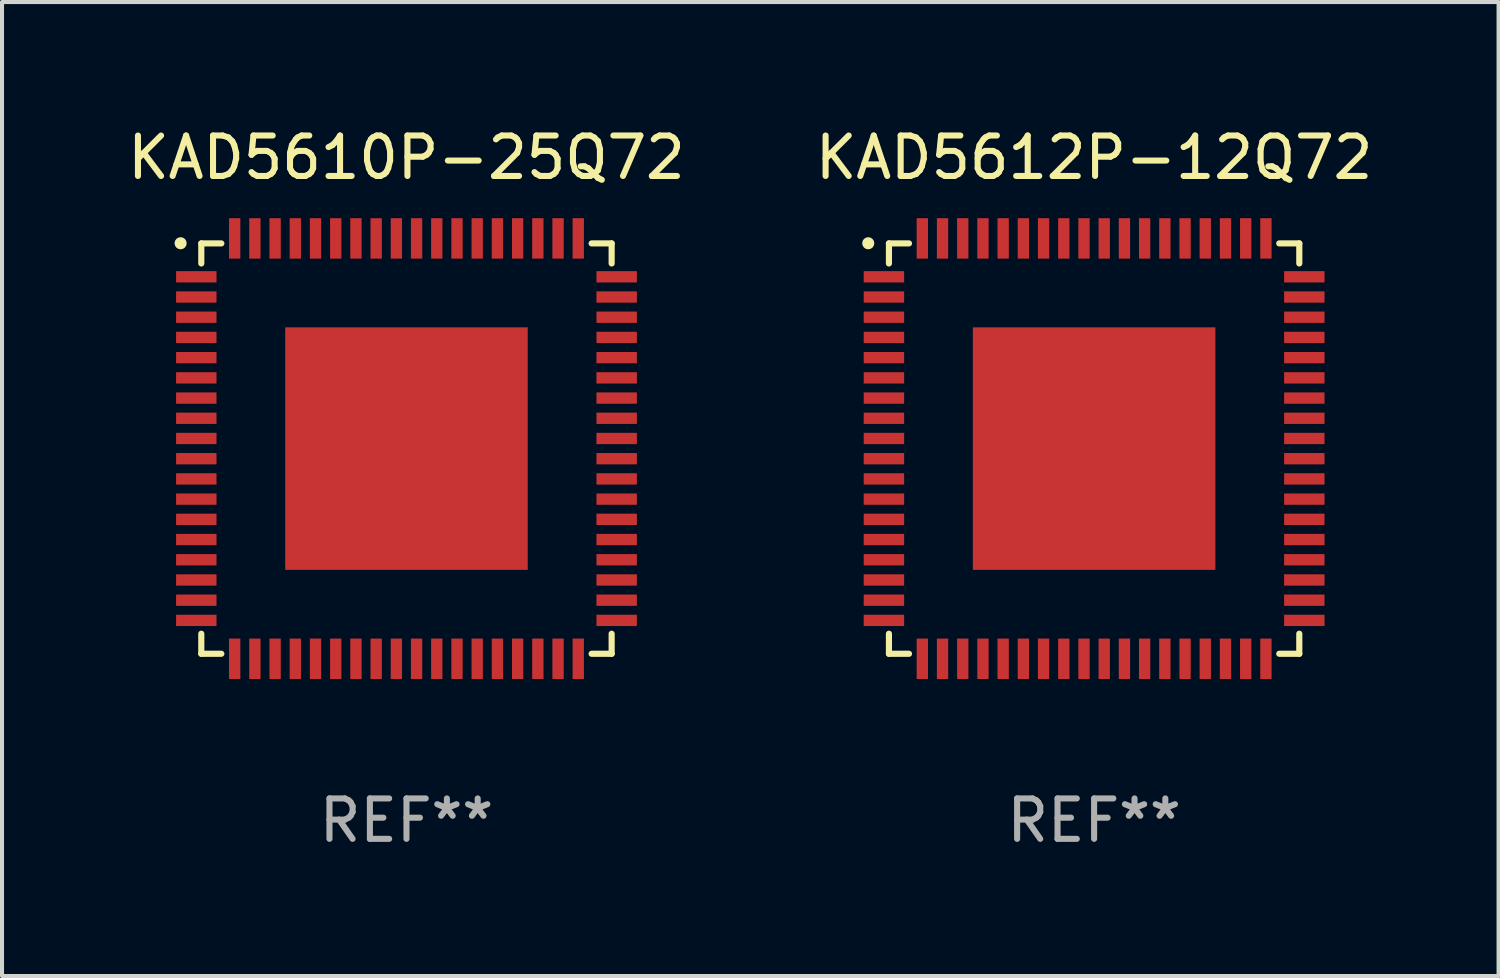
<source format=kicad_pcb>
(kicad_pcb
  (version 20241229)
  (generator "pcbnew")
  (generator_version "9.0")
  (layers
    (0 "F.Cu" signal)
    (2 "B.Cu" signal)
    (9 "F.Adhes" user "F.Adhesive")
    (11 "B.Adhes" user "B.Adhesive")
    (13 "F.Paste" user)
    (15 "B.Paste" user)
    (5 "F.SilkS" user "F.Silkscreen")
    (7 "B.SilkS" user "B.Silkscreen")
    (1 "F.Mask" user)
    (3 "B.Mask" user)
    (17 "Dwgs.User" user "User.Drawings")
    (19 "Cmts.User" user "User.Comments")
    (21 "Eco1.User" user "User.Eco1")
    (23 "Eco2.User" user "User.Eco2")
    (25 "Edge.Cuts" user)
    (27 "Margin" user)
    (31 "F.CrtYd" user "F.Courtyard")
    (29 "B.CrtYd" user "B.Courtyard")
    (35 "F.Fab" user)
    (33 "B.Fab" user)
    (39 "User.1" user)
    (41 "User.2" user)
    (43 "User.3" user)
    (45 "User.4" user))
  (footprint "KAD5610P-25Q72"
    (layer "F.Cu")
    (at 7.006 8.048)
    (property "Reference" "KAD5610P-25Q72" (at 0 -7.2 0) (layer "F.SilkS") (effects (font (size 1 1) (thickness 0.15))))
    (attr through_hole)
    (fp_line (start -5.076 -5.076) (end -5.076 -4.58) (stroke (width 0.152) (type solid)) (layer "F.SilkS"))
    (fp_line (start -5.076 5.076) (end -5.076 4.58) (stroke (width 0.152) (type solid)) (layer "F.SilkS"))
    (fp_line (start -4.58 -5.076) (end -5.076 -5.076) (stroke (width 0.152) (type solid)) (layer "F.SilkS"))
    (fp_line (start -4.58 5.076) (end -5.076 5.076) (stroke (width 0.152) (type solid)) (layer "F.SilkS"))
    (fp_line (start 4.58 -5.076) (end 5.076 -5.076) (stroke (width 0.152) (type solid)) (layer "F.SilkS"))
    (fp_line (start 4.58 5.076) (end 5.076 5.076) (stroke (width 0.152) (type solid)) (layer "F.SilkS"))
    (fp_line (start 5.076 -5.076) (end 5.076 -4.58) (stroke (width 0.152) (type solid)) (layer "F.SilkS"))
    (fp_line (start 5.076 5.076) (end 5.076 4.58) (stroke (width 0.152) (type solid)) (layer "F.SilkS"))
    (fp_circle (center -5.588 -5.08) (end -5.513 -5.08) (stroke (width 0.15) (type solid)) (fill no) (layer "F.SilkS"))
    (fp_text user "REF**" (at 0 9.2 0) (layer "F.Fab") (effects (font (size 1 1) (thickness 0.15))))
    (pad "1" smd rect (at -5.2 -4.25 270) (size 0.28 1) (layers "F.Cu" "F.Mask" "F.Paste"))
    (pad "2" smd rect (at -5.2 -3.75 270) (size 0.28 1) (layers "F.Cu" "F.Mask" "F.Paste"))
    (pad "3" smd rect (at -5.2 -3.25 270) (size 0.28 1) (layers "F.Cu" "F.Mask" "F.Paste"))
    (pad "4" smd rect (at -5.2 -2.75 270) (size 0.28 1) (layers "F.Cu" "F.Mask" "F.Paste"))
    (pad "5" smd rect (at -5.2 -2.25 270) (size 0.28 1) (layers "F.Cu" "F.Mask" "F.Paste"))
    (pad "6" smd rect (at -5.2 -1.75 270) (size 0.28 1) (layers "F.Cu" "F.Mask" "F.Paste"))
    (pad "7" smd rect (at -5.2 -1.25 270) (size 0.28 1) (layers "F.Cu" "F.Mask" "F.Paste"))
    (pad "8" smd rect (at -5.2 -0.75 270) (size 0.28 1) (layers "F.Cu" "F.Mask" "F.Paste"))
    (pad "9" smd rect (at -5.2 -0.25 270) (size 0.28 1) (layers "F.Cu" "F.Mask" "F.Paste"))
    (pad "10" smd rect (at -5.2 0.25 270) (size 0.28 1) (layers "F.Cu" "F.Mask" "F.Paste"))
    (pad "11" smd rect (at -5.2 0.75 270) (size 0.28 1) (layers "F.Cu" "F.Mask" "F.Paste"))
    (pad "12" smd rect (at -5.2 1.25 270) (size 0.28 1) (layers "F.Cu" "F.Mask" "F.Paste"))
    (pad "13" smd rect (at -5.2 1.75 270) (size 0.28 1) (layers "F.Cu" "F.Mask" "F.Paste"))
    (pad "14" smd rect (at -5.2 2.25 270) (size 0.28 1) (layers "F.Cu" "F.Mask" "F.Paste"))
    (pad "15" smd rect (at -5.2 2.75 270) (size 0.28 1) (layers "F.Cu" "F.Mask" "F.Paste"))
    (pad "16" smd rect (at -5.2 3.25 270) (size 0.28 1) (layers "F.Cu" "F.Mask" "F.Paste"))
    (pad "17" smd rect (at -5.2 3.75 270) (size 0.28 1) (layers "F.Cu" "F.Mask" "F.Paste"))
    (pad "18" smd rect (at -5.2 4.25 270) (size 0.28 1) (layers "F.Cu" "F.Mask" "F.Paste"))
    (pad "19" smd rect (at -4.25 5.2 270) (size 1 0.28) (layers "F.Cu" "F.Mask" "F.Paste"))
    (pad "20" smd rect (at -3.75 5.2 270) (size 1 0.28) (layers "F.Cu" "F.Mask" "F.Paste"))
    (pad "21" smd rect (at -3.25 5.2 270) (size 1 0.28) (layers "F.Cu" "F.Mask" "F.Paste"))
    (pad "22" smd rect (at -2.75 5.2 270) (size 1 0.28) (layers "F.Cu" "F.Mask" "F.Paste"))
    (pad "23" smd rect (at -2.25 5.2 270) (size 1 0.28) (layers "F.Cu" "F.Mask" "F.Paste"))
    (pad "24" smd rect (at -1.75 5.2 270) (size 1 0.28) (layers "F.Cu" "F.Mask" "F.Paste"))
    (pad "25" smd rect (at -1.25 5.2 270) (size 1 0.28) (layers "F.Cu" "F.Mask" "F.Paste"))
    (pad "26" smd rect (at -0.75 5.2 270) (size 1 0.28) (layers "F.Cu" "F.Mask" "F.Paste"))
    (pad "27" smd rect (at -0.25 5.2 270) (size 1 0.28) (layers "F.Cu" "F.Mask" "F.Paste"))
    (pad "28" smd rect (at 0.25 5.2 270) (size 1 0.28) (layers "F.Cu" "F.Mask" "F.Paste"))
    (pad "29" smd rect (at 0.75 5.2 270) (size 1 0.28) (layers "F.Cu" "F.Mask" "F.Paste"))
    (pad "30" smd rect (at 1.25 5.2 270) (size 1 0.28) (layers "F.Cu" "F.Mask" "F.Paste"))
    (pad "31" smd rect (at 1.75 5.2 270) (size 1 0.28) (layers "F.Cu" "F.Mask" "F.Paste"))
    (pad "32" smd rect (at 2.25 5.2 270) (size 1 0.28) (layers "F.Cu" "F.Mask" "F.Paste"))
    (pad "33" smd rect (at 2.75 5.2 270) (size 1 0.28) (layers "F.Cu" "F.Mask" "F.Paste"))
    (pad "34" smd rect (at 3.25 5.2 270) (size 1 0.28) (layers "F.Cu" "F.Mask" "F.Paste"))
    (pad "35" smd rect (at 3.75 5.2 270) (size 1 0.28) (layers "F.Cu" "F.Mask" "F.Paste"))
    (pad "36" smd rect (at 4.25 5.2 270) (size 1 0.28) (layers "F.Cu" "F.Mask" "F.Paste"))
    (pad "37" smd rect (at 5.2 4.25 270) (size 0.28 1) (layers "F.Cu" "F.Mask" "F.Paste"))
    (pad "38" smd rect (at 5.2 3.75 270) (size 0.28 1) (layers "F.Cu" "F.Mask" "F.Paste"))
    (pad "39" smd rect (at 5.2 3.25 270) (size 0.28 1) (layers "F.Cu" "F.Mask" "F.Paste"))
    (pad "40" smd rect (at 5.2 2.75 270) (size 0.28 1) (layers "F.Cu" "F.Mask" "F.Paste"))
    (pad "41" smd rect (at 5.2 2.25 270) (size 0.28 1) (layers "F.Cu" "F.Mask" "F.Paste"))
    (pad "42" smd rect (at 5.2 1.75 270) (size 0.28 1) (layers "F.Cu" "F.Mask" "F.Paste"))
    (pad "43" smd rect (at 5.2 1.25 270) (size 0.28 1) (layers "F.Cu" "F.Mask" "F.Paste"))
    (pad "44" smd rect (at 5.2 0.75 270) (size 0.28 1) (layers "F.Cu" "F.Mask" "F.Paste"))
    (pad "45" smd rect (at 5.2 0.25 270) (size 0.28 1) (layers "F.Cu" "F.Mask" "F.Paste"))
    (pad "46" smd rect (at 5.2 -0.25 270) (size 0.28 1) (layers "F.Cu" "F.Mask" "F.Paste"))
    (pad "47" smd rect (at 5.2 -0.75 270) (size 0.28 1) (layers "F.Cu" "F.Mask" "F.Paste"))
    (pad "48" smd rect (at 5.2 -1.25 270) (size 0.28 1) (layers "F.Cu" "F.Mask" "F.Paste"))
    (pad "49" smd rect (at 5.2 -1.75 270) (size 0.28 1) (layers "F.Cu" "F.Mask" "F.Paste"))
    (pad "50" smd rect (at 5.2 -2.25 270) (size 0.28 1) (layers "F.Cu" "F.Mask" "F.Paste"))
    (pad "51" smd rect (at 5.2 -2.75 270) (size 0.28 1) (layers "F.Cu" "F.Mask" "F.Paste"))
    (pad "52" smd rect (at 5.2 -3.25 270) (size 0.28 1) (layers "F.Cu" "F.Mask" "F.Paste"))
    (pad "53" smd rect (at 5.2 -3.75 270) (size 0.28 1) (layers "F.Cu" "F.Mask" "F.Paste"))
    (pad "54" smd rect (at 5.2 -4.25 270) (size 0.28 1) (layers "F.Cu" "F.Mask" "F.Paste"))
    (pad "55" smd rect (at 4.25 -5.2 270) (size 1 0.28) (layers "F.Cu" "F.Mask" "F.Paste"))
    (pad "56" smd rect (at 3.75 -5.2 270) (size 1 0.28) (layers "F.Cu" "F.Mask" "F.Paste"))
    (pad "57" smd rect (at 3.25 -5.2 270) (size 1 0.28) (layers "F.Cu" "F.Mask" "F.Paste"))
    (pad "58" smd rect (at 2.75 -5.2 270) (size 1 0.28) (layers "F.Cu" "F.Mask" "F.Paste"))
    (pad "59" smd rect (at 2.25 -5.2 270) (size 1 0.28) (layers "F.Cu" "F.Mask" "F.Paste"))
    (pad "60" smd rect (at 1.75 -5.2 270) (size 1 0.28) (layers "F.Cu" "F.Mask" "F.Paste"))
    (pad "61" smd rect (at 1.25 -5.2 270) (size 1 0.28) (layers "F.Cu" "F.Mask" "F.Paste"))
    (pad "62" smd rect (at 0.75 -5.2 270) (size 1 0.28) (layers "F.Cu" "F.Mask" "F.Paste"))
    (pad "63" smd rect (at 0.25 -5.2 270) (size 1 0.28) (layers "F.Cu" "F.Mask" "F.Paste"))
    (pad "64" smd rect (at -0.25 -5.2 270) (size 1 0.28) (layers "F.Cu" "F.Mask" "F.Paste"))
    (pad "65" smd rect (at -0.75 -5.2 270) (size 1 0.28) (layers "F.Cu" "F.Mask" "F.Paste"))
    (pad "66" smd rect (at -1.25 -5.2 270) (size 1 0.28) (layers "F.Cu" "F.Mask" "F.Paste"))
    (pad "67" smd rect (at -1.75 -5.2 270) (size 1 0.28) (layers "F.Cu" "F.Mask" "F.Paste"))
    (pad "68" smd rect (at -2.25 -5.2 270) (size 1 0.28) (layers "F.Cu" "F.Mask" "F.Paste"))
    (pad "69" smd rect (at -2.75 -5.2 270) (size 1 0.28) (layers "F.Cu" "F.Mask" "F.Paste"))
    (pad "70" smd rect (at -3.25 -5.2 270) (size 1 0.28) (layers "F.Cu" "F.Mask" "F.Paste"))
    (pad "71" smd rect (at -3.75 -5.2 270) (size 1 0.28) (layers "F.Cu" "F.Mask" "F.Paste"))
    (pad "72" smd rect (at -4.25 -5.2 270) (size 1 0.28) (layers "F.Cu" "F.Mask" "F.Paste"))
    (pad "73" smd rect (at 0.000025 -0.000076 270) (size 6 6) (layers "F.Cu" "F.Mask" "F.Paste")))
  (footprint "KAD5612P-12Q72"
    (layer "F.Cu")
    (at 24.018 8.048)
    (property "Reference" "KAD5612P-12Q72" (at 0 -7.2 0) (layer "F.SilkS") (effects (font (size 1 1) (thickness 0.15))))
    (attr through_hole)
    (fp_line (start -5.076 -5.076) (end -5.076 -4.58) (stroke (width 0.152) (type solid)) (layer "F.SilkS"))
    (fp_line (start -5.076 5.076) (end -5.076 4.58) (stroke (width 0.152) (type solid)) (layer "F.SilkS"))
    (fp_line (start -4.58 -5.076) (end -5.076 -5.076) (stroke (width 0.152) (type solid)) (layer "F.SilkS"))
    (fp_line (start -4.58 5.076) (end -5.076 5.076) (stroke (width 0.152) (type solid)) (layer "F.SilkS"))
    (fp_line (start 4.58 -5.076) (end 5.076 -5.076) (stroke (width 0.152) (type solid)) (layer "F.SilkS"))
    (fp_line (start 4.58 5.076) (end 5.076 5.076) (stroke (width 0.152) (type solid)) (layer "F.SilkS"))
    (fp_line (start 5.076 -5.076) (end 5.076 -4.58) (stroke (width 0.152) (type solid)) (layer "F.SilkS"))
    (fp_line (start 5.076 5.076) (end 5.076 4.58) (stroke (width 0.152) (type solid)) (layer "F.SilkS"))
    (fp_circle (center -5.588 -5.08) (end -5.513 -5.08) (stroke (width 0.15) (type solid)) (fill no) (layer "F.SilkS"))
    (fp_text user "REF**" (at 0 9.2 0) (layer "F.Fab") (effects (font (size 1 1) (thickness 0.15))))
    (pad "1" smd rect (at -5.2 -4.25 270) (size 0.28 1) (layers "F.Cu" "F.Mask" "F.Paste"))
    (pad "2" smd rect (at -5.2 -3.75 270) (size 0.28 1) (layers "F.Cu" "F.Mask" "F.Paste"))
    (pad "3" smd rect (at -5.2 -3.25 270) (size 0.28 1) (layers "F.Cu" "F.Mask" "F.Paste"))
    (pad "4" smd rect (at -5.2 -2.75 270) (size 0.28 1) (layers "F.Cu" "F.Mask" "F.Paste"))
    (pad "5" smd rect (at -5.2 -2.25 270) (size 0.28 1) (layers "F.Cu" "F.Mask" "F.Paste"))
    (pad "6" smd rect (at -5.2 -1.75 270) (size 0.28 1) (layers "F.Cu" "F.Mask" "F.Paste"))
    (pad "7" smd rect (at -5.2 -1.25 270) (size 0.28 1) (layers "F.Cu" "F.Mask" "F.Paste"))
    (pad "8" smd rect (at -5.2 -0.75 270) (size 0.28 1) (layers "F.Cu" "F.Mask" "F.Paste"))
    (pad "9" smd rect (at -5.2 -0.25 270) (size 0.28 1) (layers "F.Cu" "F.Mask" "F.Paste"))
    (pad "10" smd rect (at -5.2 0.25 270) (size 0.28 1) (layers "F.Cu" "F.Mask" "F.Paste"))
    (pad "11" smd rect (at -5.2 0.75 270) (size 0.28 1) (layers "F.Cu" "F.Mask" "F.Paste"))
    (pad "12" smd rect (at -5.2 1.25 270) (size 0.28 1) (layers "F.Cu" "F.Mask" "F.Paste"))
    (pad "13" smd rect (at -5.2 1.75 270) (size 0.28 1) (layers "F.Cu" "F.Mask" "F.Paste"))
    (pad "14" smd rect (at -5.2 2.25 270) (size 0.28 1) (layers "F.Cu" "F.Mask" "F.Paste"))
    (pad "15" smd rect (at -5.2 2.75 270) (size 0.28 1) (layers "F.Cu" "F.Mask" "F.Paste"))
    (pad "16" smd rect (at -5.2 3.25 270) (size 0.28 1) (layers "F.Cu" "F.Mask" "F.Paste"))
    (pad "17" smd rect (at -5.2 3.75 270) (size 0.28 1) (layers "F.Cu" "F.Mask" "F.Paste"))
    (pad "18" smd rect (at -5.2 4.25 270) (size 0.28 1) (layers "F.Cu" "F.Mask" "F.Paste"))
    (pad "19" smd rect (at -4.25 5.2 270) (size 1 0.28) (layers "F.Cu" "F.Mask" "F.Paste"))
    (pad "20" smd rect (at -3.75 5.2 270) (size 1 0.28) (layers "F.Cu" "F.Mask" "F.Paste"))
    (pad "21" smd rect (at -3.25 5.2 270) (size 1 0.28) (layers "F.Cu" "F.Mask" "F.Paste"))
    (pad "22" smd rect (at -2.75 5.2 270) (size 1 0.28) (layers "F.Cu" "F.Mask" "F.Paste"))
    (pad "23" smd rect (at -2.25 5.2 270) (size 1 0.28) (layers "F.Cu" "F.Mask" "F.Paste"))
    (pad "24" smd rect (at -1.75 5.2 270) (size 1 0.28) (layers "F.Cu" "F.Mask" "F.Paste"))
    (pad "25" smd rect (at -1.25 5.2 270) (size 1 0.28) (layers "F.Cu" "F.Mask" "F.Paste"))
    (pad "26" smd rect (at -0.75 5.2 270) (size 1 0.28) (layers "F.Cu" "F.Mask" "F.Paste"))
    (pad "27" smd rect (at -0.25 5.2 270) (size 1 0.28) (layers "F.Cu" "F.Mask" "F.Paste"))
    (pad "28" smd rect (at 0.25 5.2 270) (size 1 0.28) (layers "F.Cu" "F.Mask" "F.Paste"))
    (pad "29" smd rect (at 0.75 5.2 270) (size 1 0.28) (layers "F.Cu" "F.Mask" "F.Paste"))
    (pad "30" smd rect (at 1.25 5.2 270) (size 1 0.28) (layers "F.Cu" "F.Mask" "F.Paste"))
    (pad "31" smd rect (at 1.75 5.2 270) (size 1 0.28) (layers "F.Cu" "F.Mask" "F.Paste"))
    (pad "32" smd rect (at 2.25 5.2 270) (size 1 0.28) (layers "F.Cu" "F.Mask" "F.Paste"))
    (pad "33" smd rect (at 2.75 5.2 270) (size 1 0.28) (layers "F.Cu" "F.Mask" "F.Paste"))
    (pad "34" smd rect (at 3.25 5.2 270) (size 1 0.28) (layers "F.Cu" "F.Mask" "F.Paste"))
    (pad "35" smd rect (at 3.75 5.2 270) (size 1 0.28) (layers "F.Cu" "F.Mask" "F.Paste"))
    (pad "36" smd rect (at 4.25 5.2 270) (size 1 0.28) (layers "F.Cu" "F.Mask" "F.Paste"))
    (pad "37" smd rect (at 5.2 4.25 270) (size 0.28 1) (layers "F.Cu" "F.Mask" "F.Paste"))
    (pad "38" smd rect (at 5.2 3.75 270) (size 0.28 1) (layers "F.Cu" "F.Mask" "F.Paste"))
    (pad "39" smd rect (at 5.2 3.25 270) (size 0.28 1) (layers "F.Cu" "F.Mask" "F.Paste"))
    (pad "40" smd rect (at 5.2 2.75 270) (size 0.28 1) (layers "F.Cu" "F.Mask" "F.Paste"))
    (pad "41" smd rect (at 5.2 2.25 270) (size 0.28 1) (layers "F.Cu" "F.Mask" "F.Paste"))
    (pad "42" smd rect (at 5.2 1.75 270) (size 0.28 1) (layers "F.Cu" "F.Mask" "F.Paste"))
    (pad "43" smd rect (at 5.2 1.25 270) (size 0.28 1) (layers "F.Cu" "F.Mask" "F.Paste"))
    (pad "44" smd rect (at 5.2 0.75 270) (size 0.28 1) (layers "F.Cu" "F.Mask" "F.Paste"))
    (pad "45" smd rect (at 5.2 0.25 270) (size 0.28 1) (layers "F.Cu" "F.Mask" "F.Paste"))
    (pad "46" smd rect (at 5.2 -0.25 270) (size 0.28 1) (layers "F.Cu" "F.Mask" "F.Paste"))
    (pad "47" smd rect (at 5.2 -0.75 270) (size 0.28 1) (layers "F.Cu" "F.Mask" "F.Paste"))
    (pad "48" smd rect (at 5.2 -1.25 270) (size 0.28 1) (layers "F.Cu" "F.Mask" "F.Paste"))
    (pad "49" smd rect (at 5.2 -1.75 270) (size 0.28 1) (layers "F.Cu" "F.Mask" "F.Paste"))
    (pad "50" smd rect (at 5.2 -2.25 270) (size 0.28 1) (layers "F.Cu" "F.Mask" "F.Paste"))
    (pad "51" smd rect (at 5.2 -2.75 270) (size 0.28 1) (layers "F.Cu" "F.Mask" "F.Paste"))
    (pad "52" smd rect (at 5.2 -3.25 270) (size 0.28 1) (layers "F.Cu" "F.Mask" "F.Paste"))
    (pad "53" smd rect (at 5.2 -3.75 270) (size 0.28 1) (layers "F.Cu" "F.Mask" "F.Paste"))
    (pad "54" smd rect (at 5.2 -4.25 270) (size 0.28 1) (layers "F.Cu" "F.Mask" "F.Paste"))
    (pad "55" smd rect (at 4.25 -5.2 270) (size 1 0.28) (layers "F.Cu" "F.Mask" "F.Paste"))
    (pad "56" smd rect (at 3.75 -5.2 270) (size 1 0.28) (layers "F.Cu" "F.Mask" "F.Paste"))
    (pad "57" smd rect (at 3.25 -5.2 270) (size 1 0.28) (layers "F.Cu" "F.Mask" "F.Paste"))
    (pad "58" smd rect (at 2.75 -5.2 270) (size 1 0.28) (layers "F.Cu" "F.Mask" "F.Paste"))
    (pad "59" smd rect (at 2.25 -5.2 270) (size 1 0.28) (layers "F.Cu" "F.Mask" "F.Paste"))
    (pad "60" smd rect (at 1.75 -5.2 270) (size 1 0.28) (layers "F.Cu" "F.Mask" "F.Paste"))
    (pad "61" smd rect (at 1.25 -5.2 270) (size 1 0.28) (layers "F.Cu" "F.Mask" "F.Paste"))
    (pad "62" smd rect (at 0.75 -5.2 270) (size 1 0.28) (layers "F.Cu" "F.Mask" "F.Paste"))
    (pad "63" smd rect (at 0.25 -5.2 270) (size 1 0.28) (layers "F.Cu" "F.Mask" "F.Paste"))
    (pad "64" smd rect (at -0.25 -5.2 270) (size 1 0.28) (layers "F.Cu" "F.Mask" "F.Paste"))
    (pad "65" smd rect (at -0.75 -5.2 270) (size 1 0.28) (layers "F.Cu" "F.Mask" "F.Paste"))
    (pad "66" smd rect (at -1.25 -5.2 270) (size 1 0.28) (layers "F.Cu" "F.Mask" "F.Paste"))
    (pad "67" smd rect (at -1.75 -5.2 270) (size 1 0.28) (layers "F.Cu" "F.Mask" "F.Paste"))
    (pad "68" smd rect (at -2.25 -5.2 270) (size 1 0.28) (layers "F.Cu" "F.Mask" "F.Paste"))
    (pad "69" smd rect (at -2.75 -5.2 270) (size 1 0.28) (layers "F.Cu" "F.Mask" "F.Paste"))
    (pad "70" smd rect (at -3.25 -5.2 270) (size 1 0.28) (layers "F.Cu" "F.Mask" "F.Paste"))
    (pad "71" smd rect (at -3.75 -5.2 270) (size 1 0.28) (layers "F.Cu" "F.Mask" "F.Paste"))
    (pad "72" smd rect (at -4.25 -5.2 270) (size 1 0.28) (layers "F.Cu" "F.Mask" "F.Paste"))
    (pad "73" smd rect (at 0.000025 -0.000076 270) (size 6 6) (layers "F.Cu" "F.Mask" "F.Paste")))
  (gr_rect
    (start -3 -3)
    (end 34.024 21.096)
    (stroke (width 0.1) (type default))
    (fill no)
    (layer "Edge.Cuts")))
</source>
